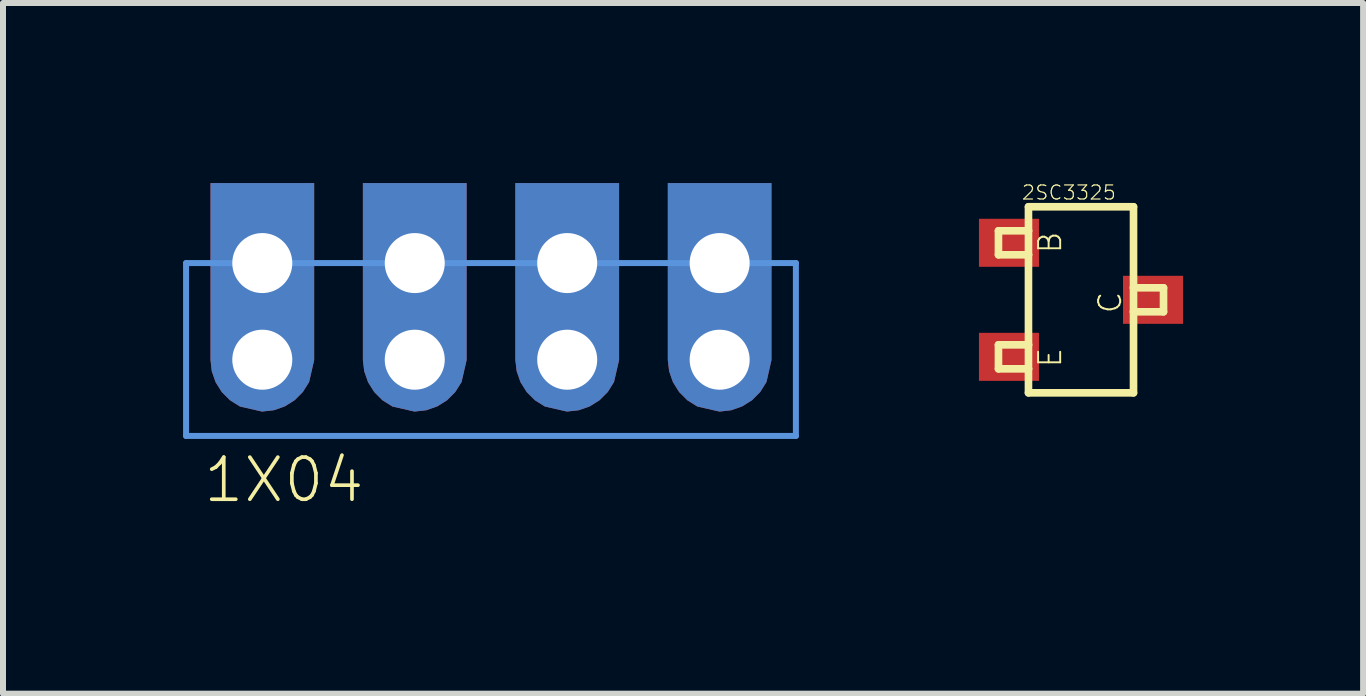
<source format=kicad_pcb>
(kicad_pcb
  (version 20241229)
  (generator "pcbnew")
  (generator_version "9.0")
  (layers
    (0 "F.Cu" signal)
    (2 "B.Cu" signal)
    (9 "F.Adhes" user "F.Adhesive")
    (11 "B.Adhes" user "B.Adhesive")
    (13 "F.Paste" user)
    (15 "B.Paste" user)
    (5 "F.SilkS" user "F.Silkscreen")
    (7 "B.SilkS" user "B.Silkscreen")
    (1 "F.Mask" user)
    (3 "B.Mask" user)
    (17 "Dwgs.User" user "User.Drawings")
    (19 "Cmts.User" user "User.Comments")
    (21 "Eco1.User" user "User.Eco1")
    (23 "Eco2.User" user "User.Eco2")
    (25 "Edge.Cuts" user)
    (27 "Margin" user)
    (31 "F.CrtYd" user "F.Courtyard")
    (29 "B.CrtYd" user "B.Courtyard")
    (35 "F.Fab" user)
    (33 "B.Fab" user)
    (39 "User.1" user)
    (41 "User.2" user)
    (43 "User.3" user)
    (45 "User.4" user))
  (footprint "2SC3325"
    (layer "F.Cu")
    (at 13.76 2.895)
    (property "Reference" "2SC3325" (at 0.2 -2.6 0) (layer "F.SilkS") (effects (font (size 0.234 0.234) (thickness 0.02)) (justify left bottom)))
    (fp_line (start -0.175 -2.1) (end -0.175 -1.7) (stroke (width 0.127) (type solid)) (layer "F.SilkS"))
    (fp_line (start -0.175 -1.7) (end 0.325 -1.7) (stroke (width 0.127) (type solid)) (layer "F.SilkS"))
    (fp_line (start -0.175 -0.2) (end -0.175 0.2) (stroke (width 0.127) (type solid)) (layer "F.SilkS"))
    (fp_line (start -0.175 0.2) (end 0.325 0.2) (stroke (width 0.127) (type solid)) (layer "F.SilkS"))
    (fp_line (start 0.325 -2.5) (end 0.325 -2.1) (stroke (width 0.127) (type solid)) (layer "F.SilkS"))
    (fp_line (start 0.325 -2.1) (end -0.175 -2.1) (stroke (width 0.127) (type solid)) (layer "F.SilkS"))
    (fp_line (start 0.325 -1.7) (end 0.325 -2.1) (stroke (width 0.127) (type solid)) (layer "F.SilkS"))
    (fp_line (start 0.325 -1.7) (end 0.325 -0.2) (stroke (width 0.127) (type solid)) (layer "F.SilkS"))
    (fp_line (start 0.325 -0.2) (end -0.175 -0.2) (stroke (width 0.127) (type solid)) (layer "F.SilkS"))
    (fp_line (start 0.325 0.2) (end 0.325 -0.2) (stroke (width 0.127) (type solid)) (layer "F.SilkS"))
    (fp_line (start 0.325 0.2) (end 0.325 0.6) (stroke (width 0.127) (type solid)) (layer "F.SilkS"))
    (fp_line (start 0.325 0.6) (end 2.075 0.6) (stroke (width 0.127) (type solid)) (layer "F.SilkS"))
    (fp_line (start 2.075 -2.5) (end 0.325 -2.5) (stroke (width 0.127) (type solid)) (layer "F.SilkS"))
    (fp_line (start 2.075 -1.15) (end 2.075 -2.5) (stroke (width 0.127) (type solid)) (layer "F.SilkS"))
    (fp_line (start 2.075 -1.15) (end 2.075 -0.75) (stroke (width 0.127) (type solid)) (layer "F.SilkS"))
    (fp_line (start 2.075 -0.75) (end 2.575 -0.75) (stroke (width 0.127) (type solid)) (layer "F.SilkS"))
    (fp_line (start 2.075 0.6) (end 2.075 -0.75) (stroke (width 0.127) (type solid)) (layer "F.SilkS"))
    (fp_line (start 2.575 -1.15) (end 2.075 -1.15) (stroke (width 0.127) (type solid)) (layer "F.SilkS"))
    (fp_line (start 2.575 -0.75) (end 2.575 -1.15) (stroke (width 0.127) (type solid)) (layer "F.SilkS"))
    (fp_text user "C" (at 1.9 -0.7 90) (layer "F.SilkS") (effects (font (size 0.368 0.368) (thickness 0.032)) (justify left bottom)))
    (fp_text user "E" (at 0.9 0.2 90) (layer "F.SilkS") (effects (font (size 0.368 0.368) (thickness 0.032)) (justify left bottom)))
    (fp_text user "B" (at 0.9 -1.7 90) (layer "F.SilkS") (effects (font (size 0.368 0.368) (thickness 0.032)) (justify left bottom)))
    (pad "B" smd rect (at 0 -1.9) (size 1 0.8) (layers "F.Cu" "F.Mask" "F.Paste"))
    (pad "C" smd rect (at 2.4 -0.95) (size 1 0.8) (layers "F.Cu" "F.Mask" "F.Paste"))
    (pad "E" smd rect (at 0 0) (size 1 0.8) (layers "F.Cu" "F.Mask" "F.Paste")))
  (footprint "1X04"
    (layer "F.Cu")
    (at 5.13 2.943)
    (property "Reference" "1X04" (at -4.826 2.413 0) (layer "F.SilkS") (effects (font (size 0.701 0.701) (thickness 0.061)) (justify left bottom)))
    (fp_poly (pts (xy -2.946 0.007) (xy -3.03 0.372) (xy -3.135 0.539) (xy -3.271 0.675) (xy -3.435 0.778) (xy -3.618 0.842) (xy -3.814 0.864) (xy -4.182 0.78) (xy -4.349 0.675) (xy -4.485 0.539) (xy -4.588 0.375) (xy -4.652 0.192) (xy -4.673 0.004) (xy -4.673 -2.943) (xy -2.946 -2.943)) (stroke (width 0) (type default)) (fill yes) (layer "F.Cu"))
    (fp_poly (pts (xy -0.406 0.007) (xy -0.49 0.372) (xy -0.595 0.539) (xy -0.731 0.675) (xy -0.895 0.778) (xy -1.078 0.842) (xy -1.274 0.864) (xy -1.642 0.78) (xy -1.809 0.675) (xy -1.945 0.539) (xy -2.048 0.375) (xy -2.112 0.192) (xy -2.134 0.004) (xy -2.134 -2.943) (xy -0.406 -2.943)) (stroke (width 0) (type default)) (fill yes) (layer "F.Cu"))
    (fp_poly (pts (xy 2.134 0.007) (xy 2.05 0.372) (xy 1.945 0.539) (xy 1.809 0.675) (xy 1.645 0.778) (xy 1.462 0.842) (xy 1.266 0.864) (xy 0.898 0.78) (xy 0.731 0.675) (xy 0.595 0.539) (xy 0.492 0.375) (xy 0.428 0.192) (xy 0.406 0.004) (xy 0.406 -2.943) (xy 2.134 -2.943)) (stroke (width 0) (type default)) (fill yes) (layer "F.Cu"))
    (fp_poly (pts (xy 4.673 0.007) (xy 4.59 0.372) (xy 4.485 0.539) (xy 4.349 0.675) (xy 4.185 0.778) (xy 4.002 0.842) (xy 3.806 0.864) (xy 3.438 0.78) (xy 3.271 0.675) (xy 3.135 0.539) (xy 3.032 0.375) (xy 2.968 0.192) (xy 2.946 0.004) (xy 2.946 -2.943) (xy 4.673 -2.943)) (stroke (width 0) (type default)) (fill yes) (layer "F.Cu"))
    (fp_poly (pts (xy -2.946 0.007) (xy -3.03 0.372) (xy -3.135 0.539) (xy -3.271 0.675) (xy -3.435 0.778) (xy -3.618 0.842) (xy -3.814 0.864) (xy -4.182 0.78) (xy -4.349 0.675) (xy -4.485 0.539) (xy -4.588 0.375) (xy -4.652 0.192) (xy -4.673 0.004) (xy -4.673 -2.943) (xy -2.946 -2.943)) (stroke (width 0) (type default)) (fill yes) (layer "F.Mask"))
    (fp_poly (pts (xy -0.406 0.007) (xy -0.49 0.372) (xy -0.595 0.539) (xy -0.731 0.675) (xy -0.895 0.778) (xy -1.078 0.842) (xy -1.274 0.864) (xy -1.642 0.78) (xy -1.809 0.675) (xy -1.945 0.539) (xy -2.048 0.375) (xy -2.112 0.192) (xy -2.134 0.004) (xy -2.134 -2.943) (xy -0.406 -2.943)) (stroke (width 0) (type default)) (fill yes) (layer "F.Mask"))
    (fp_poly (pts (xy 2.134 0.007) (xy 2.05 0.372) (xy 1.945 0.539) (xy 1.809 0.675) (xy 1.645 0.778) (xy 1.462 0.842) (xy 1.266 0.864) (xy 0.898 0.78) (xy 0.731 0.675) (xy 0.595 0.539) (xy 0.492 0.375) (xy 0.428 0.192) (xy 0.406 0.004) (xy 0.406 -2.943) (xy 2.134 -2.943)) (stroke (width 0) (type default)) (fill yes) (layer "F.Mask"))
    (fp_poly (pts (xy 4.673 0.007) (xy 4.59 0.372) (xy 4.485 0.539) (xy 4.349 0.675) (xy 4.185 0.778) (xy 4.002 0.842) (xy 3.806 0.864) (xy 3.438 0.78) (xy 3.271 0.675) (xy 3.135 0.539) (xy 3.032 0.375) (xy 2.968 0.192) (xy 2.946 0.004) (xy 2.946 -2.943) (xy 4.673 -2.943)) (stroke (width 0) (type default)) (fill yes) (layer "F.Mask"))
    (fp_poly (pts (xy -2.946 0.007) (xy -3.03 0.372) (xy -3.135 0.539) (xy -3.271 0.675) (xy -3.435 0.778) (xy -3.618 0.842) (xy -3.814 0.864) (xy -4.182 0.78) (xy -4.349 0.675) (xy -4.485 0.539) (xy -4.588 0.375) (xy -4.652 0.192) (xy -4.673 0.004) (xy -4.673 -2.943) (xy -2.946 -2.943)) (stroke (width 0) (type default)) (fill yes) (layer "B.Cu"))
    (fp_poly (pts (xy -0.406 0.007) (xy -0.49 0.372) (xy -0.595 0.539) (xy -0.731 0.675) (xy -0.895 0.778) (xy -1.078 0.842) (xy -1.274 0.864) (xy -1.642 0.78) (xy -1.809 0.675) (xy -1.945 0.539) (xy -2.048 0.375) (xy -2.112 0.192) (xy -2.134 0.004) (xy -2.134 -2.943) (xy -0.406 -2.943)) (stroke (width 0) (type default)) (fill yes) (layer "B.Cu"))
    (fp_poly (pts (xy 2.134 0.007) (xy 2.05 0.372) (xy 1.945 0.539) (xy 1.809 0.675) (xy 1.645 0.778) (xy 1.462 0.842) (xy 1.266 0.864) (xy 0.898 0.78) (xy 0.731 0.675) (xy 0.595 0.539) (xy 0.492 0.375) (xy 0.428 0.192) (xy 0.406 0.004) (xy 0.406 -2.943) (xy 2.134 -2.943)) (stroke (width 0) (type default)) (fill yes) (layer "B.Cu"))
    (fp_poly (pts (xy 4.673 0.007) (xy 4.59 0.372) (xy 4.485 0.539) (xy 4.349 0.675) (xy 4.185 0.778) (xy 4.002 0.842) (xy 3.806 0.864) (xy 3.438 0.78) (xy 3.271 0.675) (xy 3.135 0.539) (xy 3.032 0.375) (xy 2.968 0.192) (xy 2.946 0.004) (xy 2.946 -2.943) (xy 4.673 -2.943)) (stroke (width 0) (type default)) (fill yes) (layer "B.Cu"))
    (fp_poly (pts (xy -2.946 0.007) (xy -3.03 0.372) (xy -3.135 0.539) (xy -3.271 0.675) (xy -3.435 0.778) (xy -3.618 0.842) (xy -3.814 0.864) (xy -4.182 0.78) (xy -4.349 0.675) (xy -4.485 0.539) (xy -4.588 0.375) (xy -4.652 0.192) (xy -4.673 0.004) (xy -4.673 -2.943) (xy -2.946 -2.943)) (stroke (width 0) (type default)) (fill yes) (layer "B.Mask"))
    (fp_poly (pts (xy -0.406 0.007) (xy -0.49 0.372) (xy -0.595 0.539) (xy -0.731 0.675) (xy -0.895 0.778) (xy -1.078 0.842) (xy -1.274 0.864) (xy -1.642 0.78) (xy -1.809 0.675) (xy -1.945 0.539) (xy -2.048 0.375) (xy -2.112 0.192) (xy -2.134 0.004) (xy -2.134 -2.943) (xy -0.406 -2.943)) (stroke (width 0) (type default)) (fill yes) (layer "B.Mask"))
    (fp_poly (pts (xy 2.134 0.007) (xy 2.05 0.372) (xy 1.945 0.539) (xy 1.809 0.675) (xy 1.645 0.778) (xy 1.462 0.842) (xy 1.266 0.864) (xy 0.898 0.78) (xy 0.731 0.675) (xy 0.595 0.539) (xy 0.492 0.375) (xy 0.428 0.192) (xy 0.406 0.004) (xy 0.406 -2.943) (xy 2.134 -2.943)) (stroke (width 0) (type default)) (fill yes) (layer "B.Mask"))
    (fp_poly (pts (xy 4.673 0.007) (xy 4.59 0.372) (xy 4.485 0.539) (xy 4.349 0.675) (xy 4.185 0.778) (xy 4.002 0.842) (xy 3.806 0.864) (xy 3.438 0.78) (xy 3.271 0.675) (xy 3.135 0.539) (xy 3.032 0.375) (xy 2.968 0.192) (xy 2.946 0.004) (xy 2.946 -2.943) (xy 4.673 -2.943)) (stroke (width 0) (type default)) (fill yes) (layer "B.Mask"))
    (fp_line (start -5.08 -1.61) (end -5.08 1.27) (stroke (width 0.1) (type solid)) (layer "Cmts.User"))
    (fp_line (start -5.08 1.27) (end 5.08 1.27) (stroke (width 0.1) (type solid)) (layer "Cmts.User"))
    (fp_line (start 5.08 -1.61) (end -5.08 -1.61) (stroke (width 0.1) (type solid)) (layer "Cmts.User"))
    (fp_line (start 5.08 1.27) (end 5.08 -1.61) (stroke (width 0.1) (type solid)) (layer "Cmts.User"))
    (pad "PIN1" thru_hole circle (at -3.81 0) (size 1.5 1.5) (drill 1) (layers "*.Cu" "*.Mask"))
    (pad "PIN1_" thru_hole circle (at -3.81 -1.61) (size 1.5 1.5) (drill 1) (layers "*.Cu" "*.Mask"))
    (pad "PIN2" thru_hole circle (at -1.27 0) (size 1.5 1.5) (drill 1) (layers "*.Cu" "*.Mask"))
    (pad "PIN2_" thru_hole circle (at -1.27 -1.61) (size 1.5 1.5) (drill 1) (layers "*.Cu" "*.Mask"))
    (pad "PIN3" thru_hole circle (at 1.27 0) (size 1.5 1.5) (drill 1) (layers "*.Cu" "*.Mask"))
    (pad "PIN3_" thru_hole circle (at 1.27 -1.61) (size 1.5 1.5) (drill 1) (layers "*.Cu" "*.Mask"))
    (pad "PIN4" thru_hole circle (at 3.81 0) (size 1.5 1.5) (drill 1) (layers "*.Cu" "*.Mask"))
    (pad "PIN4_" thru_hole circle (at 3.81 -1.61) (size 1.5 1.5) (drill 1) (layers "*.Cu" "*.Mask")))
  (gr_rect
    (start -3 -3)
    (end 19.66 8.507)
    (stroke (width 0.1) (type default))
    (fill no)
    (layer "Edge.Cuts")))
</source>
